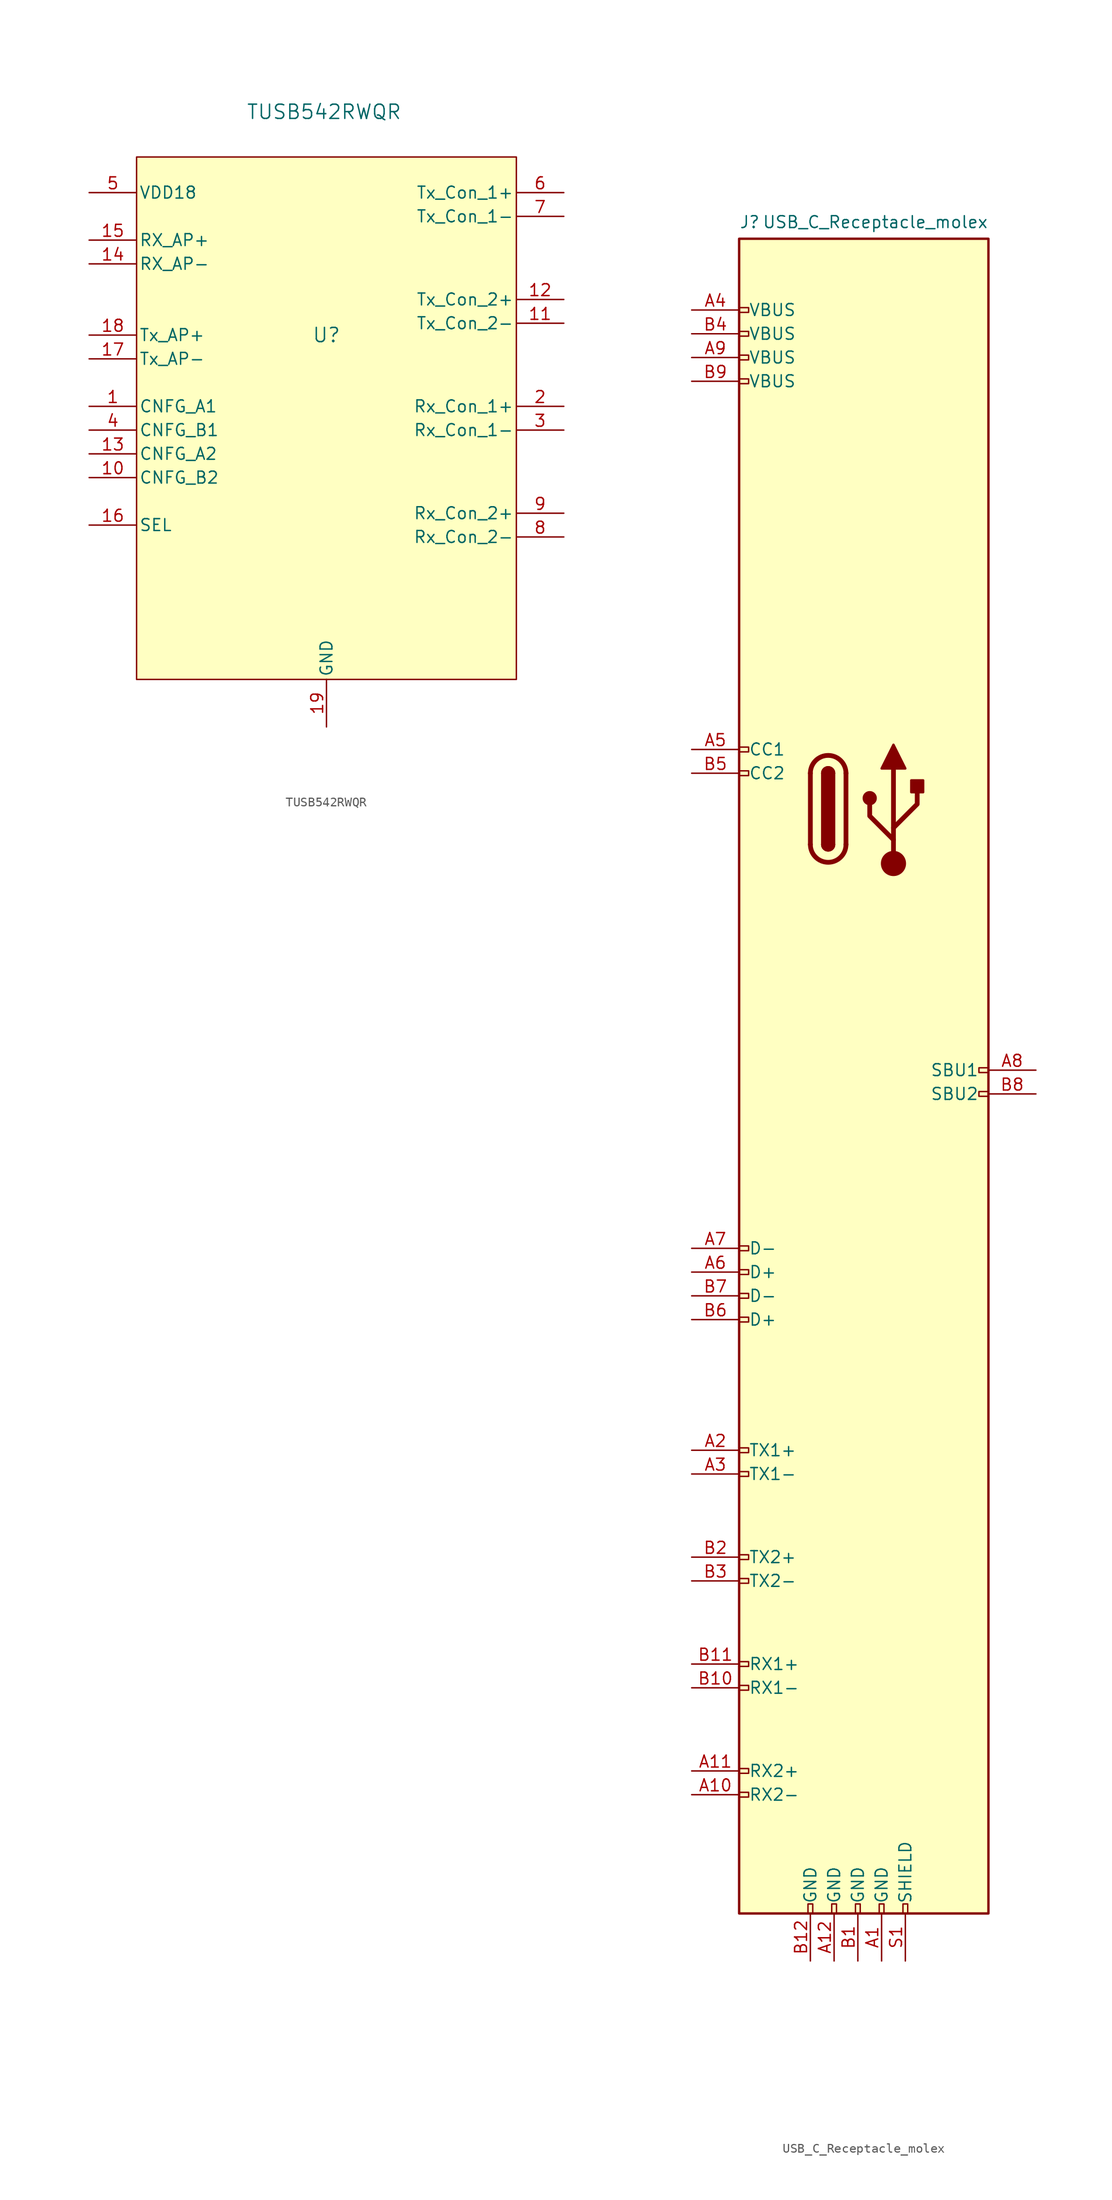
<source format=kicad_sym>
(kicad_symbol_lib
  (version 20241209)
  (generator "kicad_symbol_editor")
  (generator_version "9.0")
  (symbol "TUSB542RWQR"
    (pin_names
      (offset 0.254))
    (property "Reference" "U"
      (at 0 2.54 0)
      (effects (font (size 1.524 1.524))))
    (property "Value" "TUSB542RWQR"
      (at -0.254 26.416 0)
      (effects (font (size 1.524 1.524))))
    (property "ki_locked" ""
      (at 0 0 0)
      (effects (font (size 1.27 1.27))))
    (symbol "TUSB542RWQR_0_1"
      (pin power_in line (at -25.4 17.78 0) (length 5.08) (name "VDD18" (effects (font (size 1.27 1.27)))) (number "5" (effects (font (size 1.27 1.27)))))
      (pin input line (at -25.4 12.7 0) (length 5.08) (name "RX_AP+" (effects (font (size 1.27 1.27)))) (number "15" (effects (font (size 1.27 1.27)))))
      (pin input line (at -25.4 10.16 0) (length 5.08) (name "RX_AP-" (effects (font (size 1.27 1.27)))) (number "14" (effects (font (size 1.27 1.27)))))
      (pin output line (at -25.4 2.54 0) (length 5.08) (name "Tx_AP+" (effects (font (size 1.27 1.27)))) (number "18" (effects (font (size 1.27 1.27)))))
      (pin output line (at -25.4 0 0) (length 5.08) (name "Tx_AP-" (effects (font (size 1.27 1.27)))) (number "17" (effects (font (size 1.27 1.27)))))
      (pin input line (at -25.4 -5.08 0) (length 5.08) (name "CNFG_A1" (effects (font (size 1.27 1.27)))) (number "1" (effects (font (size 1.27 1.27)))))
      (pin input line (at -25.4 -7.62 0) (length 5.08) (name "CNFG_B1" (effects (font (size 1.27 1.27)))) (number "4" (effects (font (size 1.27 1.27)))))
      (pin input line (at -25.4 -10.16 0) (length 5.08) (name "CNFG_A2" (effects (font (size 1.27 1.27)))) (number "13" (effects (font (size 1.27 1.27)))))
      (pin input line (at -25.4 -12.7 0) (length 5.08) (name "CNFG_B2" (effects (font (size 1.27 1.27)))) (number "10" (effects (font (size 1.27 1.27)))))
      (pin input line (at -25.4 -17.78 0) (length 5.08) (name "SEL" (effects (font (size 1.27 1.27)))) (number "16" (effects (font (size 1.27 1.27)))))
      (pin power_in line (at 0 -39.37 90) (length 5.08) (name "GND" (effects (font (size 1.27 1.27)))) (number "19" (effects (font (size 1.27 1.27)))))
      (pin output line (at 25.4 17.78 180) (length 5.08) (name "Tx_Con_1+" (effects (font (size 1.27 1.27)))) (number "6" (effects (font (size 1.27 1.27)))))
      (pin output line (at 25.4 15.24 180) (length 5.08) (name "Tx_Con_1-" (effects (font (size 1.27 1.27)))) (number "7" (effects (font (size 1.27 1.27)))))
      (pin output line (at 25.4 6.35 180) (length 5.08) (name "Tx_Con_2+" (effects (font (size 1.27 1.27)))) (number "12" (effects (font (size 1.27 1.27)))))
      (pin output line (at 25.4 3.81 180) (length 5.08) (name "Tx_Con_2-" (effects (font (size 1.27 1.27)))) (number "11" (effects (font (size 1.27 1.27)))))
      (pin input line (at 25.4 -5.08 180) (length 5.08) (name "Rx_Con_1+" (effects (font (size 1.27 1.27)))) (number "2" (effects (font (size 1.27 1.27)))))
      (pin input line (at 25.4 -7.62 180) (length 5.08) (name "Rx_Con_1-" (effects (font (size 1.27 1.27)))) (number "3" (effects (font (size 1.27 1.27)))))
      (pin input line (at 25.4 -16.51 180) (length 5.08) (name "Rx_Con_2+" (effects (font (size 1.27 1.27)))) (number "9" (effects (font (size 1.27 1.27)))))
      (pin input line (at 25.4 -19.05 180) (length 5.08) (name "Rx_Con_2-" (effects (font (size 1.27 1.27)))) (number "8" (effects (font (size 1.27 1.27))))))
    (symbol "TUSB542RWQR_1_1"
      (rectangle (start -20.32 21.59) (end 20.32 -34.29) (stroke (width 0) (type solid)) (fill (type color) (color 255 255 194 1)))))
  (symbol "USB_C_Receptacle_molex"
    (pin_names
      (offset 1.016))
    (property "Reference" "J"
      (at -16.51 62.738 0)
      (effects (font (size 1.27 1.27)) (justify left)))
    (property "Value" "USB_C_Receptacle_molex"
      (at 10.16 62.738 0)
      (effects (font (size 1.27 1.27)) (justify right)))
    (symbol "USB_C_Receptacle_molex_0_0"
      (rectangle (start -16.51 53.594) (end -15.494 53.086) (stroke (width 0) (type default)) (fill (type none)))
      (rectangle (start -16.51 51.054) (end -15.494 50.546) (stroke (width 0) (type default)) (fill (type none)))
      (rectangle (start -16.51 48.514) (end -15.494 48.006) (stroke (width 0) (type default)) (fill (type none)))
      (rectangle (start -16.51 45.974) (end -15.494 45.466) (stroke (width 0) (type default)) (fill (type none)))
      (rectangle (start -16.51 6.604) (end -15.494 6.096) (stroke (width 0) (type default)) (fill (type none)))
      (rectangle (start -16.51 4.064) (end -15.494 3.556) (stroke (width 0) (type default)) (fill (type none)))
      (rectangle (start -16.51 -47.244) (end -15.494 -46.736) (stroke (width 0) (type default)) (fill (type none)))
      (rectangle (start -16.51 -49.276) (end -15.494 -49.784) (stroke (width 0) (type default)) (fill (type none)))
      (rectangle (start -16.51 -52.324) (end -15.494 -51.816) (stroke (width 0) (type default)) (fill (type none)))
      (rectangle (start -16.51 -54.356) (end -15.494 -54.864) (stroke (width 0) (type default)) (fill (type none)))
      (rectangle (start -16.51 -68.834) (end -15.494 -68.326) (stroke (width 0) (type default)) (fill (type none)))
      (rectangle (start -16.51 -71.374) (end -15.494 -70.866) (stroke (width 0) (type default)) (fill (type none)))
      (rectangle (start -16.51 -80.264) (end -15.494 -79.756) (stroke (width 0) (type default)) (fill (type none)))
      (rectangle (start -16.51 -82.804) (end -15.494 -82.296) (stroke (width 0) (type default)) (fill (type none)))
      (rectangle (start -16.51 -91.694) (end -15.494 -91.186) (stroke (width 0) (type default)) (fill (type none)))
      (rectangle (start -16.51 -94.234) (end -15.494 -93.726) (stroke (width 0) (type default)) (fill (type none)))
      (rectangle (start -16.51 -103.124) (end -15.494 -102.616) (stroke (width 0) (type default)) (fill (type none)))
      (rectangle (start -16.51 -105.664) (end -15.494 -105.156) (stroke (width 0) (type default)) (fill (type none)))
      (rectangle (start -8.636 -117.094) (end -9.144 -118.11) (stroke (width 0) (type default)) (fill (type none)))
      (rectangle (start -6.096 -117.094) (end -6.604 -118.11) (stroke (width 0) (type default)) (fill (type none)))
      (rectangle (start -3.556 -117.094) (end -4.064 -118.11) (stroke (width 0) (type default)) (fill (type none)))
      (rectangle (start -1.016 -117.094) (end -1.524 -118.11) (stroke (width 0) (type default)) (fill (type none)))
      (rectangle (start 1.016 -118.11) (end 1.524 -117.094) (stroke (width 0) (type default)) (fill (type none)))
      (rectangle (start 10.16 -27.686) (end 9.144 -28.194) (stroke (width 0) (type default)) (fill (type none)))
      (rectangle (start 10.16 -30.226) (end 9.144 -30.734) (stroke (width 0) (type default)) (fill (type none))))
    (symbol "USB_C_Receptacle_molex_0_1"
      (rectangle (start -16.51 60.96) (end 10.16 -118.11) (stroke (width 0.254) (type default)) (fill (type background)))
      (polyline (pts (xy -8.89 -3.81) (xy -8.89 3.81)) (stroke (width 0.508) (type default)) (fill (type none)))
      (rectangle (start -7.62 -3.81) (end -6.35 3.81) (stroke (width 0.254) (type default)) (fill (type outline)))
      (arc (start -7.62 3.81) (mid -6.985 4.4423) (end -6.35 3.81) (stroke (width 0.254) (type default)) (fill (type none)))
      (arc (start -7.62 3.81) (mid -6.985 4.4423) (end -6.35 3.81) (stroke (width 0.254) (type default)) (fill (type outline)))
      (arc (start -8.89 3.81) (mid -6.985 5.7067) (end -5.08 3.81) (stroke (width 0.508) (type default)) (fill (type none)))
      (arc (start -5.08 -3.81) (mid -6.985 -5.7067) (end -8.89 -3.81) (stroke (width 0.508) (type default)) (fill (type none)))
      (arc (start -6.35 -3.81) (mid -6.985 -4.4423) (end -7.62 -3.81) (stroke (width 0.254) (type default)) (fill (type none)))
      (arc (start -6.35 -3.81) (mid -6.985 -4.4423) (end -7.62 -3.81) (stroke (width 0.254) (type default)) (fill (type outline)))
      (polyline (pts (xy -5.08 3.81) (xy -5.08 -3.81)) (stroke (width 0.508) (type default)) (fill (type none))))
    (symbol "USB_C_Receptacle_molex_1_1"
      (circle (center -2.54 1.143) (radius 0.635) (stroke (width 0.254) (type default)) (fill (type outline)))
      (polyline (pts (xy -1.27 4.318) (xy 0 6.858) (xy 1.27 4.318) (xy -1.27 4.318)) (stroke (width 0.254) (type default)) (fill (type outline)))
      (polyline (pts (xy 0 -2.032) (xy 2.54 0.508) (xy 2.54 1.778)) (stroke (width 0.508) (type default)) (fill (type none)))
      (polyline (pts (xy 0 -3.302) (xy -2.54 -0.762) (xy -2.54 0.508)) (stroke (width 0.508) (type default)) (fill (type none)))
      (polyline (pts (xy 0 -5.842) (xy 0 4.318)) (stroke (width 0.508) (type default)) (fill (type none)))
      (circle (center 0 -5.842) (radius 1.27) (stroke (width 0) (type default)) (fill (type outline)))
      (rectangle (start 1.905 1.778) (end 3.175 3.048) (stroke (width 0.254) (type default)) (fill (type outline)))
      (pin passive line (at -21.59 53.34 0) (length 5.08) (name "VBUS" (effects (font (size 1.27 1.27)))) (number "A4" (effects (font (size 1.27 1.27)))))
      (pin passive line (at -21.59 50.8 0) (length 5.08) (name "VBUS" (effects (font (size 1.27 1.27)))) (number "B4" (effects (font (size 1.27 1.27)))))
      (pin passive line (at -21.59 48.26 0) (length 5.08) (name "VBUS" (effects (font (size 1.27 1.27)))) (number "A9" (effects (font (size 1.27 1.27)))))
      (pin passive line (at -21.59 45.72 0) (length 5.08) (name "VBUS" (effects (font (size 1.27 1.27)))) (number "B9" (effects (font (size 1.27 1.27)))))
      (pin bidirectional line (at -21.59 6.35 0) (length 5.08) (name "CC1" (effects (font (size 1.27 1.27)))) (number "A5" (effects (font (size 1.27 1.27)))))
      (pin bidirectional line (at -21.59 3.81 0) (length 5.08) (name "CC2" (effects (font (size 1.27 1.27)))) (number "B5" (effects (font (size 1.27 1.27)))))
      (pin bidirectional line (at -21.59 -46.99 0) (length 5.08) (name "D-" (effects (font (size 1.27 1.27)))) (number "A7" (effects (font (size 1.27 1.27)))))
      (pin bidirectional line (at -21.59 -49.53 0) (length 5.08) (name "D+" (effects (font (size 1.27 1.27)))) (number "A6" (effects (font (size 1.27 1.27)))))
      (pin bidirectional line (at -21.59 -52.07 0) (length 5.08) (name "D-" (effects (font (size 1.27 1.27)))) (number "B7" (effects (font (size 1.27 1.27)))))
      (pin bidirectional line (at -21.59 -54.61 0) (length 5.08) (name "D+" (effects (font (size 1.27 1.27)))) (number "B6" (effects (font (size 1.27 1.27)))))
      (pin bidirectional line (at -21.59 -68.58 0) (length 5.08) (name "TX1+" (effects (font (size 1.27 1.27)))) (number "A2" (effects (font (size 1.27 1.27)))))
      (pin bidirectional line (at -21.59 -71.12 0) (length 5.08) (name "TX1-" (effects (font (size 1.27 1.27)))) (number "A3" (effects (font (size 1.27 1.27)))))
      (pin bidirectional line (at -21.59 -80.01 0) (length 5.08) (name "TX2+" (effects (font (size 1.27 1.27)))) (number "B2" (effects (font (size 1.27 1.27)))))
      (pin bidirectional line (at -21.59 -82.55 0) (length 5.08) (name "TX2-" (effects (font (size 1.27 1.27)))) (number "B3" (effects (font (size 1.27 1.27)))))
      (pin bidirectional line (at -21.59 -91.44 0) (length 5.08) (name "RX1+" (effects (font (size 1.27 1.27)))) (number "B11" (effects (font (size 1.27 1.27)))))
      (pin bidirectional line (at -21.59 -93.98 0) (length 5.08) (name "RX1-" (effects (font (size 1.27 1.27)))) (number "B10" (effects (font (size 1.27 1.27)))))
      (pin bidirectional line (at -21.59 -102.87 0) (length 5.08) (name "RX2+" (effects (font (size 1.27 1.27)))) (number "A11" (effects (font (size 1.27 1.27)))))
      (pin bidirectional line (at -21.59 -105.41 0) (length 5.08) (name "RX2-" (effects (font (size 1.27 1.27)))) (number "A10" (effects (font (size 1.27 1.27)))))
      (pin passive line (at -8.89 -123.19 90) (length 5.08) (name "GND" (effects (font (size 1.27 1.27)))) (number "B12" (effects (font (size 1.27 1.27)))))
      (pin passive line (at -6.35 -123.19 90) (length 5.08) (name "GND" (effects (font (size 1.27 1.27)))) (number "A12" (effects (font (size 1.27 1.27)))))
      (pin passive line (at -3.81 -123.19 90) (length 5.08) (name "GND" (effects (font (size 1.27 1.27)))) (number "B1" (effects (font (size 1.27 1.27)))))
      (pin passive line (at -1.27 -123.19 90) (length 5.08) (name "GND" (effects (font (size 1.27 1.27)))) (number "A1" (effects (font (size 1.27 1.27)))))
      (pin passive line (at 1.27 -123.19 90) (length 5.08) (name "SHIELD" (effects (font (size 1.27 1.27)))) (number "S1" (effects (font (size 1.27 1.27)))))
      (pin bidirectional line (at 15.24 -27.94 180) (length 5.08) (name "SBU1" (effects (font (size 1.27 1.27)))) (number "A8" (effects (font (size 1.27 1.27)))))
      (pin bidirectional line (at 15.24 -30.48 180) (length 5.08) (name "SBU2" (effects (font (size 1.27 1.27)))) (number "B8" (effects (font (size 1.27 1.27))))))))
</source>
